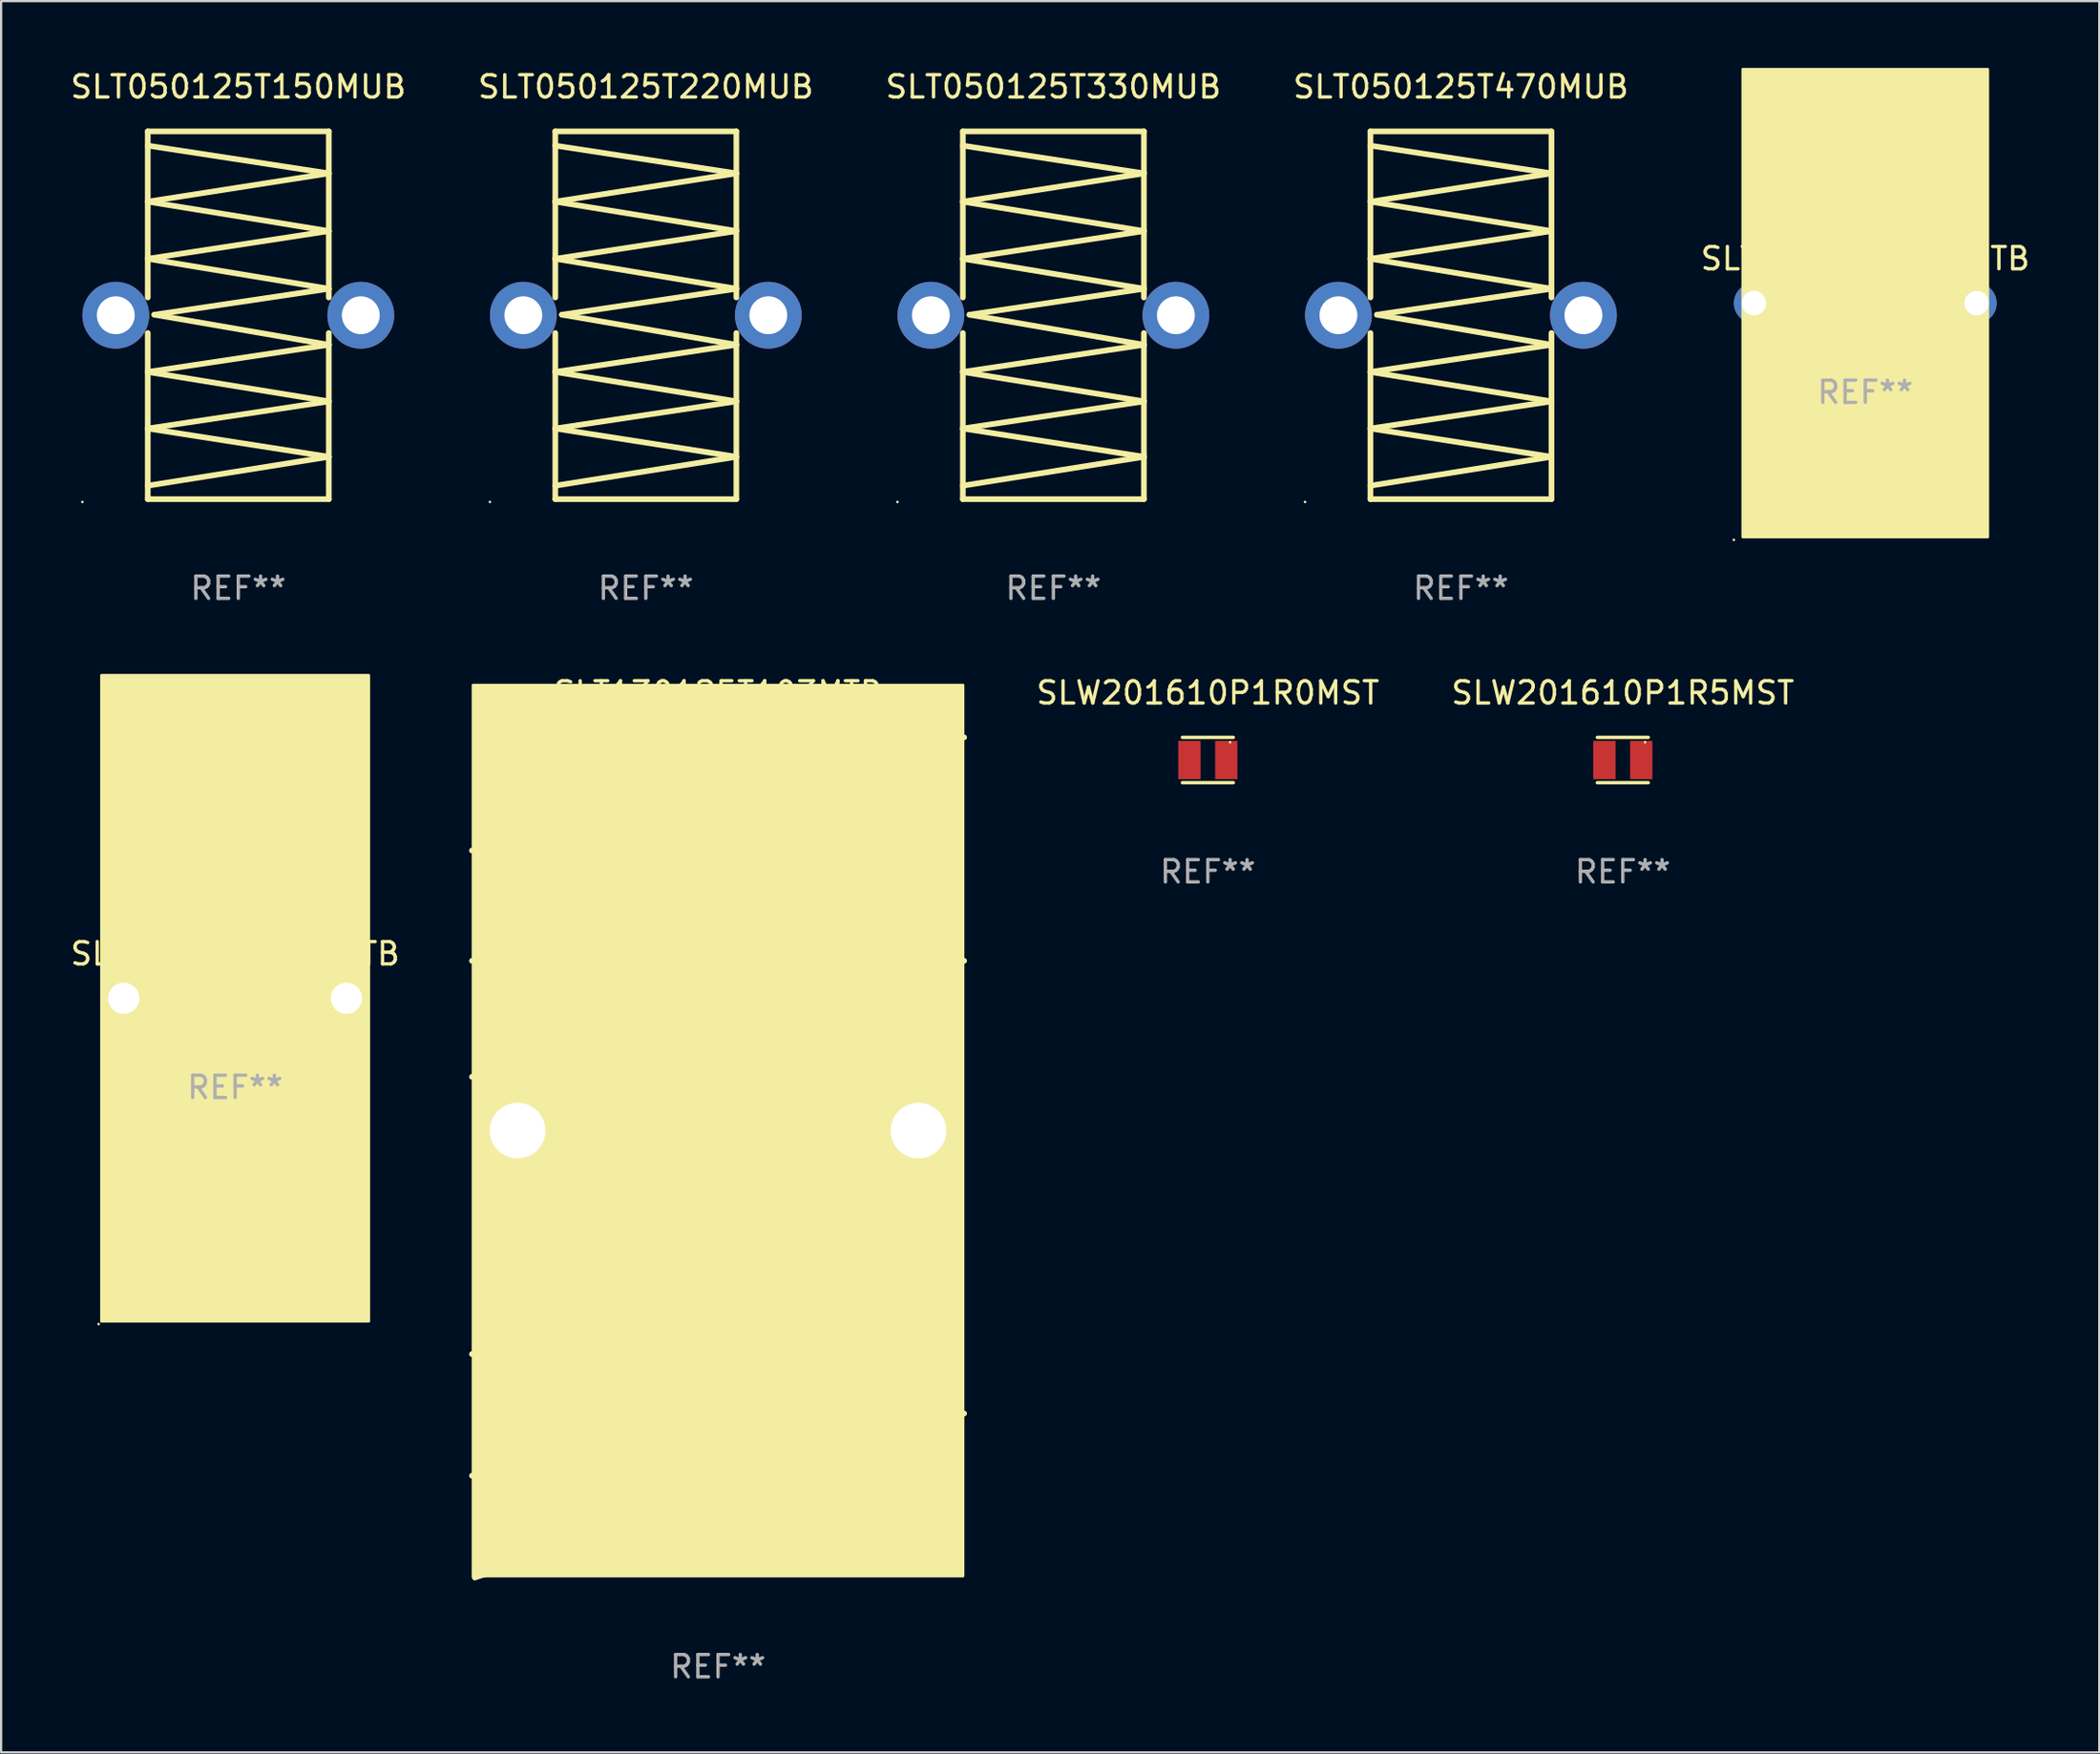
<source format=kicad_pcb>
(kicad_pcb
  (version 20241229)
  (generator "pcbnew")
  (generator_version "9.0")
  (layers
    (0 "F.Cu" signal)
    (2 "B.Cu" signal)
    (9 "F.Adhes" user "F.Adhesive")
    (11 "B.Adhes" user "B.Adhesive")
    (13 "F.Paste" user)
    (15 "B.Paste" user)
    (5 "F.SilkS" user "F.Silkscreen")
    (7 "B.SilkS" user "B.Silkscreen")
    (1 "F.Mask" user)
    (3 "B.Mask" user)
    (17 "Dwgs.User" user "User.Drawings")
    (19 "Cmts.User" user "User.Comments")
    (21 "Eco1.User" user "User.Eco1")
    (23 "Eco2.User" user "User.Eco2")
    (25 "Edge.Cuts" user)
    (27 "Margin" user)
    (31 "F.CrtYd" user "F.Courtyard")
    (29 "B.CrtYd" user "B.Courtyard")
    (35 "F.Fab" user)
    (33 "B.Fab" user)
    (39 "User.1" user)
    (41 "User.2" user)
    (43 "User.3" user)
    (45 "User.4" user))
  (footprint "SLW201610P1R0MST"
    (layer "F.Cu")
    (at 51.179 31.071)
    (property "Reference" "SLW201610P1R0MST" (at 0 -3.016 0) (layer "F.SilkS") (effects (font (size 1 1) (thickness 0.15))))
    (attr through_hole)
    (fp_line (start -1.143 -1.016) (end 1.143 -1.016) (stroke (width 0.152) (type solid)) (layer "F.SilkS"))
    (fp_line (start 1.143 1.016) (end -1.143 1.016) (stroke (width 0.152) (type solid)) (layer "F.SilkS"))
    (fp_circle (center 1 -0.8) (end 1.03 -0.8) (stroke (width 0.06) (type solid)) (fill no) (layer "F.SilkS"))
    (fp_text user "REF**" (at 0 5.016 0) (layer "F.Fab") (effects (font (size 1 1) (thickness 0.15))))
    (pad "1" smd rect (at 0.828 0) (size 1 1.72) (layers "F.Cu" "F.Mask" "F.Paste"))
    (pad "2" smd rect (at -0.828 0) (size 1 1.72) (layers "F.Cu" "F.Mask" "F.Paste")))
  (footprint "SLT050125T470MUB"
    (layer "F.Cu")
    (at 62.542 11.103)
    (property "Reference" "SLT050125T470MUB" (at 0 -10.255 0) (layer "F.SilkS") (effects (font (size 1 1) (thickness 0.15))))
    (attr through_hole)
    (fp_line (start -4.064 -8.255) (end -4.064 -0.798) (stroke (width 0.254) (type solid)) (layer "F.SilkS"))
    (fp_line (start -4.064 -7.615) (end 4.064 -6.37) (stroke (width 0.254) (type solid)) (layer "F.SilkS"))
    (fp_line (start -4.064 -5.1) (end 4.064 -3.78) (stroke (width 0.254) (type solid)) (layer "F.SilkS"))
    (fp_line (start -4.064 -2.535) (end 4.064 -1.189) (stroke (width 0.254) (type solid)) (layer "F.SilkS"))
    (fp_line (start -4.064 0.798) (end -4.064 8.255) (stroke (width 0.254) (type solid)) (layer "F.SilkS"))
    (fp_line (start -4.064 2.545) (end 4.064 3.866) (stroke (width 0.254) (type solid)) (layer "F.SilkS"))
    (fp_line (start -4.064 5.085) (end 4.064 6.355) (stroke (width 0.254) (type solid)) (layer "F.SilkS"))
    (fp_line (start -4.064 8.255) (end 4.064 8.255) (stroke (width 0.254) (type solid)) (layer "F.SilkS"))
    (fp_line (start -3.769 -0.025) (end 4.064 1.326) (stroke (width 0.254) (type solid)) (layer "F.SilkS"))
    (fp_line (start 4.064 -8.255) (end -4.064 -8.255) (stroke (width 0.254) (type solid)) (layer "F.SilkS"))
    (fp_line (start 4.064 -6.37) (end -4.064 -5.1) (stroke (width 0.254) (type solid)) (layer "F.SilkS"))
    (fp_line (start 4.064 -3.78) (end -4.064 -2.535) (stroke (width 0.254) (type solid)) (layer "F.SilkS"))
    (fp_line (start 4.064 -1.189) (end -3.769 -0.025) (stroke (width 0.254) (type solid)) (layer "F.SilkS"))
    (fp_line (start 4.064 -0.798) (end 4.064 -8.255) (stroke (width 0.254) (type solid)) (layer "F.SilkS"))
    (fp_line (start 4.064 1.326) (end -4.064 2.545) (stroke (width 0.254) (type solid)) (layer "F.SilkS"))
    (fp_line (start 4.064 3.866) (end -4.064 5.085) (stroke (width 0.254) (type solid)) (layer "F.SilkS"))
    (fp_line (start 4.064 6.355) (end -4.064 7.651) (stroke (width 0.254) (type solid)) (layer "F.SilkS"))
    (fp_line (start 4.064 8.255) (end 4.064 0.798) (stroke (width 0.254) (type solid)) (layer "F.SilkS"))
    (fp_circle (center -7 8.382) (end -6.97 8.382) (stroke (width 0.06) (type solid)) (fill no) (layer "F.SilkS"))
    (fp_text user "REF**" (at 0 12.255 0) (layer "F.Fab") (effects (font (size 1 1) (thickness 0.15))))
    (pad "1" thru_hole circle (at -5.5 0) (size 3 3) (drill 1.7) (layers "*.Cu" "*.Mask"))
    (pad "2" thru_hole circle (at 5.5 0) (size 3 3) (drill 1.7) (layers "*.Cu" "*.Mask")))
  (footprint "SLW201610P1R5MST"
    (layer "F.Cu")
    (at 69.81 31.071)
    (property "Reference" "SLW201610P1R5MST" (at 0 -3.016 0) (layer "F.SilkS") (effects (font (size 1 1) (thickness 0.15))))
    (attr through_hole)
    (fp_line (start -1.143 -1.016) (end 1.143 -1.016) (stroke (width 0.152) (type solid)) (layer "F.SilkS"))
    (fp_line (start 1.143 1.016) (end -1.143 1.016) (stroke (width 0.152) (type solid)) (layer "F.SilkS"))
    (fp_circle (center 1 -0.8) (end 1.03 -0.8) (stroke (width 0.06) (type solid)) (fill no) (layer "F.SilkS"))
    (fp_text user "REF**" (at 0 5.016 0) (layer "F.Fab") (effects (font (size 1 1) (thickness 0.15))))
    (pad "1" smd rect (at 0.828 0) (size 1 1.72) (layers "F.Cu" "F.Mask" "F.Paste"))
    (pad "2" smd rect (at -0.828 0) (size 1 1.72) (layers "F.Cu" "F.Mask" "F.Paste")))
  (footprint "SLT050125T220MUB"
    (layer "F.Cu")
    (at 25.946 11.103)
    (property "Reference" "SLT050125T220MUB" (at 0 -10.255 0) (layer "F.SilkS") (effects (font (size 1 1) (thickness 0.15))))
    (attr through_hole)
    (fp_line (start -4.064 -8.255) (end -4.064 -0.798) (stroke (width 0.254) (type solid)) (layer "F.SilkS"))
    (fp_line (start -4.064 -7.615) (end 4.064 -6.37) (stroke (width 0.254) (type solid)) (layer "F.SilkS"))
    (fp_line (start -4.064 -5.1) (end 4.064 -3.78) (stroke (width 0.254) (type solid)) (layer "F.SilkS"))
    (fp_line (start -4.064 -2.535) (end 4.064 -1.189) (stroke (width 0.254) (type solid)) (layer "F.SilkS"))
    (fp_line (start -4.064 0.798) (end -4.064 8.255) (stroke (width 0.254) (type solid)) (layer "F.SilkS"))
    (fp_line (start -4.064 2.545) (end 4.064 3.866) (stroke (width 0.254) (type solid)) (layer "F.SilkS"))
    (fp_line (start -4.064 5.085) (end 4.064 6.355) (stroke (width 0.254) (type solid)) (layer "F.SilkS"))
    (fp_line (start -4.064 8.255) (end 4.064 8.255) (stroke (width 0.254) (type solid)) (layer "F.SilkS"))
    (fp_line (start -3.769 -0.025) (end 4.064 1.326) (stroke (width 0.254) (type solid)) (layer "F.SilkS"))
    (fp_line (start 4.064 -8.255) (end -4.064 -8.255) (stroke (width 0.254) (type solid)) (layer "F.SilkS"))
    (fp_line (start 4.064 -6.37) (end -4.064 -5.1) (stroke (width 0.254) (type solid)) (layer "F.SilkS"))
    (fp_line (start 4.064 -3.78) (end -4.064 -2.535) (stroke (width 0.254) (type solid)) (layer "F.SilkS"))
    (fp_line (start 4.064 -1.189) (end -3.769 -0.025) (stroke (width 0.254) (type solid)) (layer "F.SilkS"))
    (fp_line (start 4.064 -0.798) (end 4.064 -8.255) (stroke (width 0.254) (type solid)) (layer "F.SilkS"))
    (fp_line (start 4.064 1.326) (end -4.064 2.545) (stroke (width 0.254) (type solid)) (layer "F.SilkS"))
    (fp_line (start 4.064 3.866) (end -4.064 5.085) (stroke (width 0.254) (type solid)) (layer "F.SilkS"))
    (fp_line (start 4.064 6.355) (end -4.064 7.651) (stroke (width 0.254) (type solid)) (layer "F.SilkS"))
    (fp_line (start 4.064 8.255) (end 4.064 0.798) (stroke (width 0.254) (type solid)) (layer "F.SilkS"))
    (fp_circle (center -7 8.382) (end -6.97 8.382) (stroke (width 0.06) (type solid)) (fill no) (layer "F.SilkS"))
    (fp_text user "REF**" (at 0 12.255 0) (layer "F.Fab") (effects (font (size 1 1) (thickness 0.15))))
    (pad "1" thru_hole circle (at -5.5 0) (size 3 3) (drill 1.7) (layers "*.Cu" "*.Mask"))
    (pad "2" thru_hole circle (at 5.5 0) (size 3 3) (drill 1.7) (layers "*.Cu" "*.Mask")))
  (footprint "SLT050125T330MUB"
    (layer "F.Cu")
    (at 44.244 11.103)
    (property "Reference" "SLT050125T330MUB" (at 0 -10.255 0) (layer "F.SilkS") (effects (font (size 1 1) (thickness 0.15))))
    (attr through_hole)
    (fp_line (start -4.064 -8.255) (end -4.064 -0.798) (stroke (width 0.254) (type solid)) (layer "F.SilkS"))
    (fp_line (start -4.064 -7.615) (end 4.064 -6.37) (stroke (width 0.254) (type solid)) (layer "F.SilkS"))
    (fp_line (start -4.064 -5.1) (end 4.064 -3.78) (stroke (width 0.254) (type solid)) (layer "F.SilkS"))
    (fp_line (start -4.064 -2.535) (end 4.064 -1.189) (stroke (width 0.254) (type solid)) (layer "F.SilkS"))
    (fp_line (start -4.064 0.798) (end -4.064 8.255) (stroke (width 0.254) (type solid)) (layer "F.SilkS"))
    (fp_line (start -4.064 2.545) (end 4.064 3.866) (stroke (width 0.254) (type solid)) (layer "F.SilkS"))
    (fp_line (start -4.064 5.085) (end 4.064 6.355) (stroke (width 0.254) (type solid)) (layer "F.SilkS"))
    (fp_line (start -4.064 8.255) (end 4.064 8.255) (stroke (width 0.254) (type solid)) (layer "F.SilkS"))
    (fp_line (start -3.769 -0.025) (end 4.064 1.326) (stroke (width 0.254) (type solid)) (layer "F.SilkS"))
    (fp_line (start 4.064 -8.255) (end -4.064 -8.255) (stroke (width 0.254) (type solid)) (layer "F.SilkS"))
    (fp_line (start 4.064 -6.37) (end -4.064 -5.1) (stroke (width 0.254) (type solid)) (layer "F.SilkS"))
    (fp_line (start 4.064 -3.78) (end -4.064 -2.535) (stroke (width 0.254) (type solid)) (layer "F.SilkS"))
    (fp_line (start 4.064 -1.189) (end -3.769 -0.025) (stroke (width 0.254) (type solid)) (layer "F.SilkS"))
    (fp_line (start 4.064 -0.798) (end 4.064 -8.255) (stroke (width 0.254) (type solid)) (layer "F.SilkS"))
    (fp_line (start 4.064 1.326) (end -4.064 2.545) (stroke (width 0.254) (type solid)) (layer "F.SilkS"))
    (fp_line (start 4.064 3.866) (end -4.064 5.085) (stroke (width 0.254) (type solid)) (layer "F.SilkS"))
    (fp_line (start 4.064 6.355) (end -4.064 7.651) (stroke (width 0.254) (type solid)) (layer "F.SilkS"))
    (fp_line (start 4.064 8.255) (end 4.064 0.798) (stroke (width 0.254) (type solid)) (layer "F.SilkS"))
    (fp_circle (center -7 8.382) (end -6.97 8.382) (stroke (width 0.06) (type solid)) (fill no) (layer "F.SilkS"))
    (fp_text user "REF**" (at 0 12.255 0) (layer "F.Fab") (effects (font (size 1 1) (thickness 0.15))))
    (pad "1" thru_hole circle (at -5.5 0) (size 3 3) (drill 1.7) (layers "*.Cu" "*.Mask"))
    (pad "2" thru_hole circle (at 5.5 0) (size 3 3) (drill 1.7) (layers "*.Cu" "*.Mask")))
  (footprint "SLT065125T680MTB"
    (layer "F.Cu")
    (at 80.696 10.56)
    (property "Reference" "SLT065125T680MTB" (at 0 -2 0) (layer "F.SilkS") (effects (font (size 1 1) (thickness 0.15))))
    (attr through_hole)
    (fp_circle (center -5.9 10.627) (end -5.87 10.627) (stroke (width 0.06) (type solid)) (fill no) (layer "F.SilkS"))
    (fp_poly (pts (xy -5.5 -10.5) (xy 5.5 -10.5) (xy 5.5 10.5) (xy -5.5 10.5)) (stroke (width 0.12) (type solid)) (fill yes) (layer "F.SilkS"))
    (fp_text user "REF**" (at 0 4 0) (layer "F.Fab") (effects (font (size 1 1) (thickness 0.15))))
    (pad "1" thru_hole circle (at -5 0) (size 1.8 1.8) (drill 1.1) (layers "*.Cu" "*.Mask"))
    (pad "2" thru_hole circle (at 5 0) (size 1.8 1.8) (drill 1.1) (layers "*.Cu" "*.Mask")))
  (footprint "SLT050125T150MUB"
    (layer "F.Cu")
    (at 7.649 11.103)
    (property "Reference" "SLT050125T150MUB" (at 0 -10.255 0) (layer "F.SilkS") (effects (font (size 1 1) (thickness 0.15))))
    (attr through_hole)
    (fp_line (start -4.064 -8.255) (end -4.064 -0.798) (stroke (width 0.254) (type solid)) (layer "F.SilkS"))
    (fp_line (start -4.064 -7.615) (end 4.064 -6.37) (stroke (width 0.254) (type solid)) (layer "F.SilkS"))
    (fp_line (start -4.064 -5.1) (end 4.064 -3.78) (stroke (width 0.254) (type solid)) (layer "F.SilkS"))
    (fp_line (start -4.064 -2.535) (end 4.064 -1.189) (stroke (width 0.254) (type solid)) (layer "F.SilkS"))
    (fp_line (start -4.064 0.798) (end -4.064 8.255) (stroke (width 0.254) (type solid)) (layer "F.SilkS"))
    (fp_line (start -4.064 2.545) (end 4.064 3.866) (stroke (width 0.254) (type solid)) (layer "F.SilkS"))
    (fp_line (start -4.064 5.085) (end 4.064 6.355) (stroke (width 0.254) (type solid)) (layer "F.SilkS"))
    (fp_line (start -4.064 8.255) (end 4.064 8.255) (stroke (width 0.254) (type solid)) (layer "F.SilkS"))
    (fp_line (start -3.769 -0.025) (end 4.064 1.326) (stroke (width 0.254) (type solid)) (layer "F.SilkS"))
    (fp_line (start 4.064 -8.255) (end -4.064 -8.255) (stroke (width 0.254) (type solid)) (layer "F.SilkS"))
    (fp_line (start 4.064 -6.37) (end -4.064 -5.1) (stroke (width 0.254) (type solid)) (layer "F.SilkS"))
    (fp_line (start 4.064 -3.78) (end -4.064 -2.535) (stroke (width 0.254) (type solid)) (layer "F.SilkS"))
    (fp_line (start 4.064 -1.189) (end -3.769 -0.025) (stroke (width 0.254) (type solid)) (layer "F.SilkS"))
    (fp_line (start 4.064 -0.798) (end 4.064 -8.255) (stroke (width 0.254) (type solid)) (layer "F.SilkS"))
    (fp_line (start 4.064 1.326) (end -4.064 2.545) (stroke (width 0.254) (type solid)) (layer "F.SilkS"))
    (fp_line (start 4.064 3.866) (end -4.064 5.085) (stroke (width 0.254) (type solid)) (layer "F.SilkS"))
    (fp_line (start 4.064 6.355) (end -4.064 7.651) (stroke (width 0.254) (type solid)) (layer "F.SilkS"))
    (fp_line (start 4.064 8.255) (end 4.064 0.798) (stroke (width 0.254) (type solid)) (layer "F.SilkS"))
    (fp_circle (center -7 8.382) (end -6.97 8.382) (stroke (width 0.06) (type solid)) (fill no) (layer "F.SilkS"))
    (fp_text user "REF**" (at 0 12.255 0) (layer "F.Fab") (effects (font (size 1 1) (thickness 0.15))))
    (pad "1" thru_hole circle (at -5.5 0) (size 3 3) (drill 1.7) (layers "*.Cu" "*.Mask"))
    (pad "2" thru_hole circle (at 5.5 0) (size 3 3) (drill 1.7) (layers "*.Cu" "*.Mask")))
  (footprint "SLT092125T220MTB"
    (layer "F.Cu")
    (at 7.506 41.767)
    (property "Reference" "SLT092125T220MTB" (at 0 -2 0) (layer "F.SilkS") (effects (font (size 1 1) (thickness 0.15))))
    (attr through_hole)
    (fp_circle (center -6.127 14.627) (end -6.097 14.627) (stroke (width 0.06) (type solid)) (fill no) (layer "F.SilkS"))
    (fp_poly (pts (xy -6 -14.5) (xy 6 -14.5) (xy 6 14.5) (xy -6 14.5)) (stroke (width 0.12) (type solid)) (fill yes) (layer "F.SilkS"))
    (fp_text user "REF**" (at 0 4 0) (layer "F.Fab") (effects (font (size 1 1) (thickness 0.15))))
    (pad "1" thru_hole circle (at -5 0) (size 2 2) (drill 1.4) (layers "*.Cu" "*.Mask"))
    (pad "2" thru_hole circle (at 5 0) (size 2 2) (drill 1.4) (layers "*.Cu" "*.Mask")))
  (footprint "SLT130125T103MTB"
    (layer "F.Cu")
    (at 29.188 48.914)
    (property "Reference" "SLT130125T103MTB" (at 0 -20.86 0) (layer "F.SilkS") (effects (font (size 1 1) (thickness 0.15))))
    (attr through_hole)
    (fp_line (start 10.922 -13.907) (end -11.049 -8.827) (stroke (width 0.254) (type solid)) (layer "F.SilkS"))
    (fp_line (start 10.922 1.334) (end -11.049 8.827) (stroke (width 0.254) (type solid)) (layer "F.SilkS"))
    (fp_line (start 10.922 6.541) (end -11.049 14.288) (stroke (width 0.254) (type solid)) (layer "F.SilkS"))
    (fp_line (start 11.049 -18.86) (end -11.049 -13.78) (stroke (width 0.254) (type solid)) (layer "F.SilkS"))
    (fp_line (start 11.049 -8.827) (end -11.049 -3.62) (stroke (width 0.254) (type solid)) (layer "F.SilkS"))
    (fp_line (start 11.049 11.494) (end -10.922 18.86) (stroke (width 0.254) (type solid)) (layer "F.SilkS"))
    (fp_circle (center -11 18.794) (end -10.97 18.794) (stroke (width 0.06) (type solid)) (fill no) (layer "F.SilkS"))
    (fp_poly (pts (xy -11 -21.207) (xy 11 -21.207) (xy 11 18.793) (xy -11 18.793)) (stroke (width 0.12) (type solid)) (fill yes) (layer "F.SilkS"))
    (fp_text user "REF**" (at 0 22.86 0) (layer "F.Fab") (effects (font (size 1 1) (thickness 0.15))))
    (pad "1" thru_hole circle (at -9 -1.207) (size 4 4) (drill 2.5) (layers "*.Cu" "*.Mask"))
    (pad "2" thru_hole circle (at 9 -1.207) (size 4 4) (drill 2.5) (layers "*.Cu" "*.Mask")))
  (gr_rect
    (start -3 -3)
    (end 91.202 75.622)
    (stroke (width 0.1) (type default))
    (fill no)
    (layer "Edge.Cuts")))
</source>
